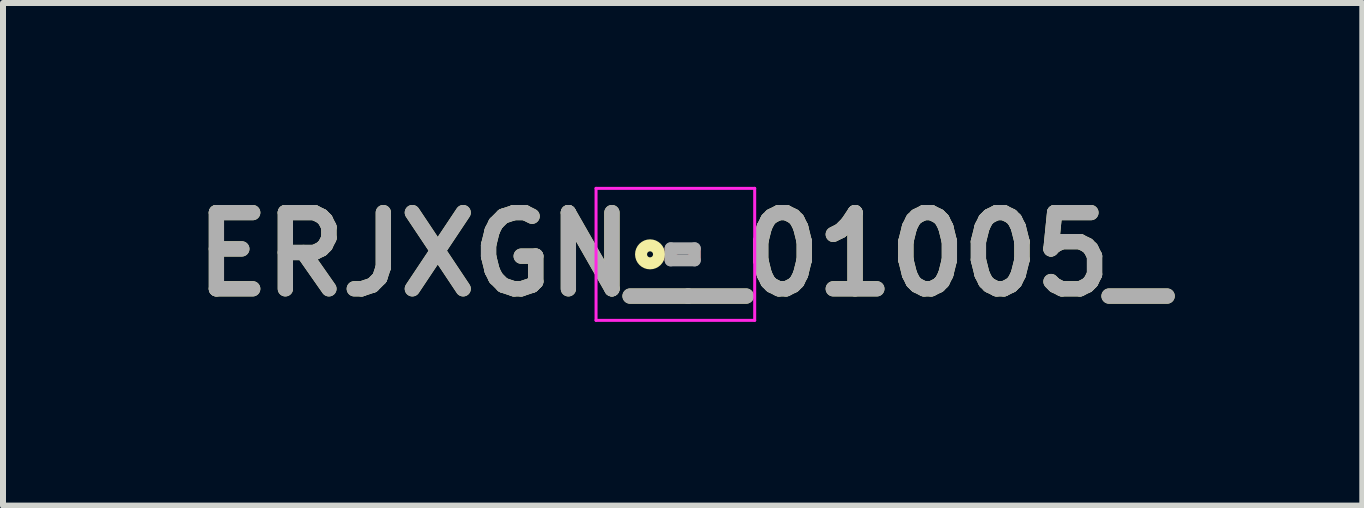
<source format=kicad_pcb>
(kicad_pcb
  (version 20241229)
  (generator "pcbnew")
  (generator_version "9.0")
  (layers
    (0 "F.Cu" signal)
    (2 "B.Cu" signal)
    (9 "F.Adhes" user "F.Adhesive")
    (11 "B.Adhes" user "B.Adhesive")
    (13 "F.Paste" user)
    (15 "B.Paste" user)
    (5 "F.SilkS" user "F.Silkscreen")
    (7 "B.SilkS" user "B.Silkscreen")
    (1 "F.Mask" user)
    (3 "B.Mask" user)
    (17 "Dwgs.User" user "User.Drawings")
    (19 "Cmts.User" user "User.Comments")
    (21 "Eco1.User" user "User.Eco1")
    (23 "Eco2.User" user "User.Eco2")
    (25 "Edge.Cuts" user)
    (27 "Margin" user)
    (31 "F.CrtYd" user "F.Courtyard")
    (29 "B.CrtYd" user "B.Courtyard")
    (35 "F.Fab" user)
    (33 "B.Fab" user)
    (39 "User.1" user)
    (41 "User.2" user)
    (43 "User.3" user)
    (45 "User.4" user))
  (footprint "ERJXGN__01005_"
    (layer "F.Cu")
    (at 8.328 1.189)
    (property "Reference" "ERJXGN__01005_" (at 0 0 0) (layer "F.SilkS") (effects (font (size 1.27 1.27) (thickness 0.254))))
    (attr smd)
    (fp_circle (center -0.544 0) (end -0.544 0.05) (stroke (width 0.2) (type solid)) (fill no) (layer "F.SilkS"))
    (fp_line (start -1.444 -1.1) (end 1.2 -1.1) (stroke (width 0.05) (type solid)) (layer "F.CrtYd"))
    (fp_line (start -1.444 1.1) (end -1.444 -1.1) (stroke (width 0.05) (type solid)) (layer "F.CrtYd"))
    (fp_line (start 1.2 -1.1) (end 1.2 1.1) (stroke (width 0.05) (type solid)) (layer "F.CrtYd"))
    (fp_line (start 1.2 1.1) (end -1.444 1.1) (stroke (width 0.05) (type solid)) (layer "F.CrtYd"))
    (fp_line (start -0.2 -0.1) (end 0.2 -0.1) (stroke (width 0.2) (type solid)) (layer "F.Fab"))
    (fp_line (start -0.2 0.1) (end -0.2 -0.1) (stroke (width 0.2) (type solid)) (layer "F.Fab"))
    (fp_line (start 0.2 -0.1) (end 0.2 0.1) (stroke (width 0.2) (type solid)) (layer "F.Fab"))
    (fp_line (start 0.2 0.1) (end -0.2 0.1) (stroke (width 0.2) (type solid)) (layer "F.Fab"))
    (fp_text user "${REFERENCE}" (at 0 0 0) (layer "F.Fab") (effects (font (size 1.27 1.27) (thickness 0.254))))
    (pad "1" smd rect (at -0.194 0) (size 0.213 0.225) (layers "F.Cu" "F.Mask" "F.Paste"))
    (pad "2" smd rect (at 0.194 0) (size 0.213 0.225) (layers "F.Cu" "F.Mask" "F.Paste")))
  (gr_rect
    (start -3 -3)
    (end 19.655 5.377)
    (stroke (width 0.1) (type default))
    (fill no)
    (layer "Edge.Cuts")))
</source>
